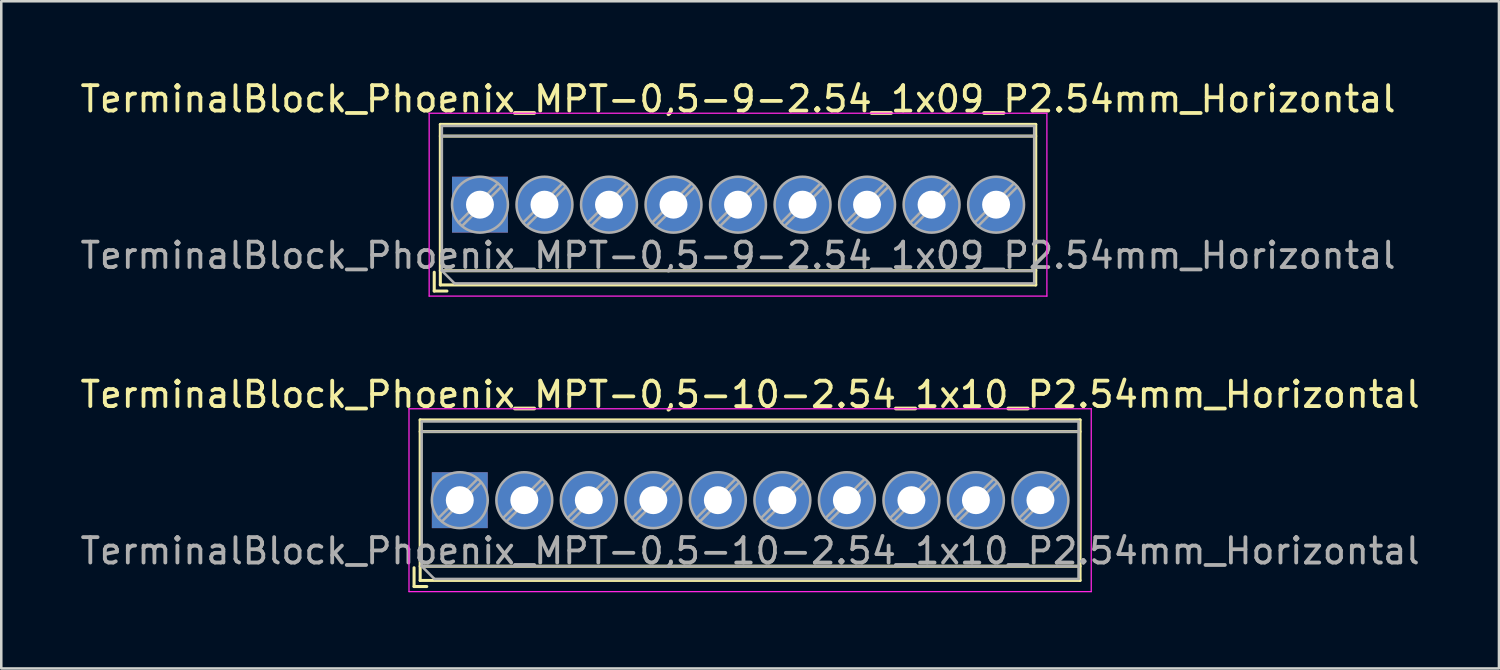
<source format=kicad_pcb>
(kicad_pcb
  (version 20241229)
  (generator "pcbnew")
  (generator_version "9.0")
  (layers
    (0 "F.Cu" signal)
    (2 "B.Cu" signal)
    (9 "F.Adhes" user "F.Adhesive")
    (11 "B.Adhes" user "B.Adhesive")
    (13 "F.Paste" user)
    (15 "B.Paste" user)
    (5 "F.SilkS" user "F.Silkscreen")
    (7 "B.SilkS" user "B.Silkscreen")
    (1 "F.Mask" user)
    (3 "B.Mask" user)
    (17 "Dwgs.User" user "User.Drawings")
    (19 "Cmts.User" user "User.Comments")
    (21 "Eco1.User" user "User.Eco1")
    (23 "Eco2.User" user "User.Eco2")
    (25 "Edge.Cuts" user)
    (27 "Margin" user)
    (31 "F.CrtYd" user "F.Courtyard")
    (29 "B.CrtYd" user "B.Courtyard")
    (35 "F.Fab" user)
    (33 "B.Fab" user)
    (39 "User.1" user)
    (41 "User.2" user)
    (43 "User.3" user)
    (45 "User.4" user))
  (footprint "TerminalBlock_Phoenix_MPT-0,5-9-2.54_1x09_P2.54mm_Horizontal"
    (layer "F.Cu")
    (at 15.846 5.008)
    (property "Reference" "TerminalBlock_Phoenix_MPT-0,5-9-2.54_1x09_P2.54mm_Horizontal" (at 10.16 -4.16 0) (layer "F.SilkS") (effects (font (size 1 1) (thickness 0.15))))
    (attr through_hole)
    (fp_line (start -1.8 2.66) (end -1.8 3.4) (stroke (width 0.12) (type solid)) (layer "F.SilkS"))
    (fp_line (start -1.8 3.4) (end -1.3 3.4) (stroke (width 0.12) (type solid)) (layer "F.SilkS"))
    (fp_line (start -1.56 -3.16) (end -1.56 3.16) (stroke (width 0.12) (type solid)) (layer "F.SilkS"))
    (fp_line (start -1.56 -3.16) (end 21.881 -3.16) (stroke (width 0.12) (type solid)) (layer "F.SilkS"))
    (fp_line (start -1.56 -2.7) (end 21.881 -2.7) (stroke (width 0.12) (type solid)) (layer "F.SilkS"))
    (fp_line (start -1.56 2.6) (end 21.881 2.6) (stroke (width 0.12) (type solid)) (layer "F.SilkS"))
    (fp_line (start -1.56 3.16) (end 21.881 3.16) (stroke (width 0.12) (type solid)) (layer "F.SilkS"))
    (fp_line (start 21.881 -3.16) (end 21.881 3.16) (stroke (width 0.12) (type solid)) (layer "F.SilkS"))
    (fp_line (start -2 -3.6) (end -2 3.6) (stroke (width 0.05) (type solid)) (layer "F.CrtYd"))
    (fp_line (start -2 3.6) (end 22.32 3.6) (stroke (width 0.05) (type solid)) (layer "F.CrtYd"))
    (fp_line (start 22.32 -3.6) (end -2 -3.6) (stroke (width 0.05) (type solid)) (layer "F.CrtYd"))
    (fp_line (start 22.32 3.6) (end 22.32 -3.6) (stroke (width 0.05) (type solid)) (layer "F.CrtYd"))
    (fp_line (start -1.5 -3.1) (end 21.82 -3.1) (stroke (width 0.1) (type solid)) (layer "F.Fab"))
    (fp_line (start -1.5 -2.7) (end 21.82 -2.7) (stroke (width 0.1) (type solid)) (layer "F.Fab"))
    (fp_line (start -1.5 2.6) (end -1.5 -3.1) (stroke (width 0.1) (type solid)) (layer "F.Fab"))
    (fp_line (start -1.5 2.6) (end 21.82 2.6) (stroke (width 0.1) (type solid)) (layer "F.Fab"))
    (fp_line (start -1 3.1) (end -1.5 2.6) (stroke (width 0.1) (type solid)) (layer "F.Fab"))
    (fp_line (start 0.701 -0.835) (end -0.835 0.7) (stroke (width 0.1) (type solid)) (layer "F.Fab"))
    (fp_line (start 0.835 -0.7) (end -0.701 0.835) (stroke (width 0.1) (type solid)) (layer "F.Fab"))
    (fp_line (start 3.241 -0.835) (end 1.706 0.7) (stroke (width 0.1) (type solid)) (layer "F.Fab"))
    (fp_line (start 3.375 -0.7) (end 1.84 0.835) (stroke (width 0.1) (type solid)) (layer "F.Fab"))
    (fp_line (start 5.781 -0.835) (end 4.246 0.7) (stroke (width 0.1) (type solid)) (layer "F.Fab"))
    (fp_line (start 5.915 -0.7) (end 4.38 0.835) (stroke (width 0.1) (type solid)) (layer "F.Fab"))
    (fp_line (start 8.321 -0.835) (end 6.786 0.7) (stroke (width 0.1) (type solid)) (layer "F.Fab"))
    (fp_line (start 8.455 -0.7) (end 6.92 0.835) (stroke (width 0.1) (type solid)) (layer "F.Fab"))
    (fp_line (start 10.861 -0.835) (end 9.326 0.7) (stroke (width 0.1) (type solid)) (layer "F.Fab"))
    (fp_line (start 10.995 -0.7) (end 9.46 0.835) (stroke (width 0.1) (type solid)) (layer "F.Fab"))
    (fp_line (start 13.401 -0.835) (end 11.866 0.7) (stroke (width 0.1) (type solid)) (layer "F.Fab"))
    (fp_line (start 13.535 -0.7) (end 12 0.835) (stroke (width 0.1) (type solid)) (layer "F.Fab"))
    (fp_line (start 15.941 -0.835) (end 14.406 0.7) (stroke (width 0.1) (type solid)) (layer "F.Fab"))
    (fp_line (start 16.075 -0.7) (end 14.54 0.835) (stroke (width 0.1) (type solid)) (layer "F.Fab"))
    (fp_line (start 18.481 -0.835) (end 16.946 0.7) (stroke (width 0.1) (type solid)) (layer "F.Fab"))
    (fp_line (start 18.615 -0.7) (end 17.08 0.835) (stroke (width 0.1) (type solid)) (layer "F.Fab"))
    (fp_line (start 21.021 -0.835) (end 19.486 0.7) (stroke (width 0.1) (type solid)) (layer "F.Fab"))
    (fp_line (start 21.155 -0.7) (end 19.62 0.835) (stroke (width 0.1) (type solid)) (layer "F.Fab"))
    (fp_line (start 21.82 -3.1) (end 21.82 3.1) (stroke (width 0.1) (type solid)) (layer "F.Fab"))
    (fp_line (start 21.82 3.1) (end -1 3.1) (stroke (width 0.1) (type solid)) (layer "F.Fab"))
    (fp_circle (center 0 0) (end 1.1 0) (stroke (width 0.1) (type solid)) (fill no) (layer "F.Fab"))
    (fp_circle (center 2.54 0) (end 3.64 0) (stroke (width 0.1) (type solid)) (fill no) (layer "F.Fab"))
    (fp_circle (center 5.08 0) (end 6.18 0) (stroke (width 0.1) (type solid)) (fill no) (layer "F.Fab"))
    (fp_circle (center 7.62 0) (end 8.72 0) (stroke (width 0.1) (type solid)) (fill no) (layer "F.Fab"))
    (fp_circle (center 10.16 0) (end 11.26 0) (stroke (width 0.1) (type solid)) (fill no) (layer "F.Fab"))
    (fp_circle (center 12.7 0) (end 13.8 0) (stroke (width 0.1) (type solid)) (fill no) (layer "F.Fab"))
    (fp_circle (center 15.24 0) (end 16.34 0) (stroke (width 0.1) (type solid)) (fill no) (layer "F.Fab"))
    (fp_circle (center 17.78 0) (end 18.88 0) (stroke (width 0.1) (type solid)) (fill no) (layer "F.Fab"))
    (fp_circle (center 20.32 0) (end 21.42 0) (stroke (width 0.1) (type solid)) (fill no) (layer "F.Fab"))
    (fp_text user "${REFERENCE}" (at 10.16 2 0) (layer "F.Fab") (effects (font (size 1 1) (thickness 0.15))))
    (pad "1" thru_hole rect (at 0 0) (size 2.2 2.2) (drill 1.1) (layers "*.Cu" "*.Mask"))
    (pad "2" thru_hole circle (at 2.54 0) (size 2.2 2.2) (drill 1.1) (layers "*.Cu" "*.Mask"))
    (pad "3" thru_hole circle (at 5.08 0) (size 2.2 2.2) (drill 1.1) (layers "*.Cu" "*.Mask"))
    (pad "4" thru_hole circle (at 7.62 0) (size 2.2 2.2) (drill 1.1) (layers "*.Cu" "*.Mask"))
    (pad "5" thru_hole circle (at 10.16 0) (size 2.2 2.2) (drill 1.1) (layers "*.Cu" "*.Mask"))
    (pad "6" thru_hole circle (at 12.7 0) (size 2.2 2.2) (drill 1.1) (layers "*.Cu" "*.Mask"))
    (pad "7" thru_hole circle (at 15.24 0) (size 2.2 2.2) (drill 1.1) (layers "*.Cu" "*.Mask"))
    (pad "8" thru_hole circle (at 17.78 0) (size 2.2 2.2) (drill 1.1) (layers "*.Cu" "*.Mask"))
    (pad "9" thru_hole circle (at 20.32 0) (size 2.2 2.2) (drill 1.1) (layers "*.Cu" "*.Mask")))
  (footprint "TerminalBlock_Phoenix_MPT-0,5-10-2.54_1x10_P2.54mm_Horizontal"
    (layer "F.Cu")
    (at 15.052 16.642)
    (property "Reference" "TerminalBlock_Phoenix_MPT-0,5-10-2.54_1x10_P2.54mm_Horizontal" (at 11.43 -4.16 0) (layer "F.SilkS") (effects (font (size 1 1) (thickness 0.15))))
    (attr through_hole)
    (fp_line (start -1.8 2.66) (end -1.8 3.4) (stroke (width 0.12) (type solid)) (layer "F.SilkS"))
    (fp_line (start -1.8 3.4) (end -1.3 3.4) (stroke (width 0.12) (type solid)) (layer "F.SilkS"))
    (fp_line (start -1.56 -3.16) (end -1.56 3.16) (stroke (width 0.12) (type solid)) (layer "F.SilkS"))
    (fp_line (start -1.56 -3.16) (end 24.42 -3.16) (stroke (width 0.12) (type solid)) (layer "F.SilkS"))
    (fp_line (start -1.56 -2.7) (end 24.42 -2.7) (stroke (width 0.12) (type solid)) (layer "F.SilkS"))
    (fp_line (start -1.56 2.6) (end 24.42 2.6) (stroke (width 0.12) (type solid)) (layer "F.SilkS"))
    (fp_line (start -1.56 3.16) (end 24.42 3.16) (stroke (width 0.12) (type solid)) (layer "F.SilkS"))
    (fp_line (start 24.42 -3.16) (end 24.42 3.16) (stroke (width 0.12) (type solid)) (layer "F.SilkS"))
    (fp_line (start -2 -3.6) (end -2 3.6) (stroke (width 0.05) (type solid)) (layer "F.CrtYd"))
    (fp_line (start -2 3.6) (end 24.86 3.6) (stroke (width 0.05) (type solid)) (layer "F.CrtYd"))
    (fp_line (start 24.86 -3.6) (end -2 -3.6) (stroke (width 0.05) (type solid)) (layer "F.CrtYd"))
    (fp_line (start 24.86 3.6) (end 24.86 -3.6) (stroke (width 0.05) (type solid)) (layer "F.CrtYd"))
    (fp_line (start -1.5 -3.1) (end 24.36 -3.1) (stroke (width 0.1) (type solid)) (layer "F.Fab"))
    (fp_line (start -1.5 -2.7) (end 24.36 -2.7) (stroke (width 0.1) (type solid)) (layer "F.Fab"))
    (fp_line (start -1.5 2.6) (end -1.5 -3.1) (stroke (width 0.1) (type solid)) (layer "F.Fab"))
    (fp_line (start -1.5 2.6) (end 24.36 2.6) (stroke (width 0.1) (type solid)) (layer "F.Fab"))
    (fp_line (start -1 3.1) (end -1.5 2.6) (stroke (width 0.1) (type solid)) (layer "F.Fab"))
    (fp_line (start 0.701 -0.835) (end -0.835 0.7) (stroke (width 0.1) (type solid)) (layer "F.Fab"))
    (fp_line (start 0.835 -0.7) (end -0.701 0.835) (stroke (width 0.1) (type solid)) (layer "F.Fab"))
    (fp_line (start 3.241 -0.835) (end 1.706 0.7) (stroke (width 0.1) (type solid)) (layer "F.Fab"))
    (fp_line (start 3.375 -0.7) (end 1.84 0.835) (stroke (width 0.1) (type solid)) (layer "F.Fab"))
    (fp_line (start 5.781 -0.835) (end 4.246 0.7) (stroke (width 0.1) (type solid)) (layer "F.Fab"))
    (fp_line (start 5.915 -0.7) (end 4.38 0.835) (stroke (width 0.1) (type solid)) (layer "F.Fab"))
    (fp_line (start 8.321 -0.835) (end 6.786 0.7) (stroke (width 0.1) (type solid)) (layer "F.Fab"))
    (fp_line (start 8.455 -0.7) (end 6.92 0.835) (stroke (width 0.1) (type solid)) (layer "F.Fab"))
    (fp_line (start 10.861 -0.835) (end 9.326 0.7) (stroke (width 0.1) (type solid)) (layer "F.Fab"))
    (fp_line (start 10.995 -0.7) (end 9.46 0.835) (stroke (width 0.1) (type solid)) (layer "F.Fab"))
    (fp_line (start 13.401 -0.835) (end 11.866 0.7) (stroke (width 0.1) (type solid)) (layer "F.Fab"))
    (fp_line (start 13.535 -0.7) (end 12 0.835) (stroke (width 0.1) (type solid)) (layer "F.Fab"))
    (fp_line (start 15.941 -0.835) (end 14.406 0.7) (stroke (width 0.1) (type solid)) (layer "F.Fab"))
    (fp_line (start 16.075 -0.7) (end 14.54 0.835) (stroke (width 0.1) (type solid)) (layer "F.Fab"))
    (fp_line (start 18.481 -0.835) (end 16.946 0.7) (stroke (width 0.1) (type solid)) (layer "F.Fab"))
    (fp_line (start 18.615 -0.7) (end 17.08 0.835) (stroke (width 0.1) (type solid)) (layer "F.Fab"))
    (fp_line (start 21.021 -0.835) (end 19.486 0.7) (stroke (width 0.1) (type solid)) (layer "F.Fab"))
    (fp_line (start 21.155 -0.7) (end 19.62 0.835) (stroke (width 0.1) (type solid)) (layer "F.Fab"))
    (fp_line (start 23.561 -0.835) (end 22.026 0.7) (stroke (width 0.1) (type solid)) (layer "F.Fab"))
    (fp_line (start 23.695 -0.7) (end 22.16 0.835) (stroke (width 0.1) (type solid)) (layer "F.Fab"))
    (fp_line (start 24.36 -3.1) (end 24.36 3.1) (stroke (width 0.1) (type solid)) (layer "F.Fab"))
    (fp_line (start 24.36 3.1) (end -1 3.1) (stroke (width 0.1) (type solid)) (layer "F.Fab"))
    (fp_circle (center 0 0) (end 1.1 0) (stroke (width 0.1) (type solid)) (fill no) (layer "F.Fab"))
    (fp_circle (center 2.54 0) (end 3.64 0) (stroke (width 0.1) (type solid)) (fill no) (layer "F.Fab"))
    (fp_circle (center 5.08 0) (end 6.18 0) (stroke (width 0.1) (type solid)) (fill no) (layer "F.Fab"))
    (fp_circle (center 7.62 0) (end 8.72 0) (stroke (width 0.1) (type solid)) (fill no) (layer "F.Fab"))
    (fp_circle (center 10.16 0) (end 11.26 0) (stroke (width 0.1) (type solid)) (fill no) (layer "F.Fab"))
    (fp_circle (center 12.7 0) (end 13.8 0) (stroke (width 0.1) (type solid)) (fill no) (layer "F.Fab"))
    (fp_circle (center 15.24 0) (end 16.34 0) (stroke (width 0.1) (type solid)) (fill no) (layer "F.Fab"))
    (fp_circle (center 17.78 0) (end 18.88 0) (stroke (width 0.1) (type solid)) (fill no) (layer "F.Fab"))
    (fp_circle (center 20.32 0) (end 21.42 0) (stroke (width 0.1) (type solid)) (fill no) (layer "F.Fab"))
    (fp_circle (center 22.86 0) (end 23.96 0) (stroke (width 0.1) (type solid)) (fill no) (layer "F.Fab"))
    (fp_text user "${REFERENCE}" (at 11.43 2 0) (layer "F.Fab") (effects (font (size 1 1) (thickness 0.15))))
    (pad "1" thru_hole rect (at 0 0) (size 2.2 2.2) (drill 1.1) (layers "*.Cu" "*.Mask"))
    (pad "2" thru_hole circle (at 2.54 0) (size 2.2 2.2) (drill 1.1) (layers "*.Cu" "*.Mask"))
    (pad "3" thru_hole circle (at 5.08 0) (size 2.2 2.2) (drill 1.1) (layers "*.Cu" "*.Mask"))
    (pad "4" thru_hole circle (at 7.62 0) (size 2.2 2.2) (drill 1.1) (layers "*.Cu" "*.Mask"))
    (pad "5" thru_hole circle (at 10.16 0) (size 2.2 2.2) (drill 1.1) (layers "*.Cu" "*.Mask"))
    (pad "6" thru_hole circle (at 12.7 0) (size 2.2 2.2) (drill 1.1) (layers "*.Cu" "*.Mask"))
    (pad "7" thru_hole circle (at 15.24 0) (size 2.2 2.2) (drill 1.1) (layers "*.Cu" "*.Mask"))
    (pad "8" thru_hole circle (at 17.78 0) (size 2.2 2.2) (drill 1.1) (layers "*.Cu" "*.Mask"))
    (pad "9" thru_hole circle (at 20.32 0) (size 2.2 2.2) (drill 1.1) (layers "*.Cu" "*.Mask"))
    (pad "10" thru_hole circle (at 22.86 0) (size 2.2 2.2) (drill 1.1) (layers "*.Cu" "*.Mask")))
  (gr_rect
    (start -3 -3)
    (end 55.964 23.267)
    (stroke (width 0.1) (type default))
    (fill no)
    (layer "Edge.Cuts")))
</source>
